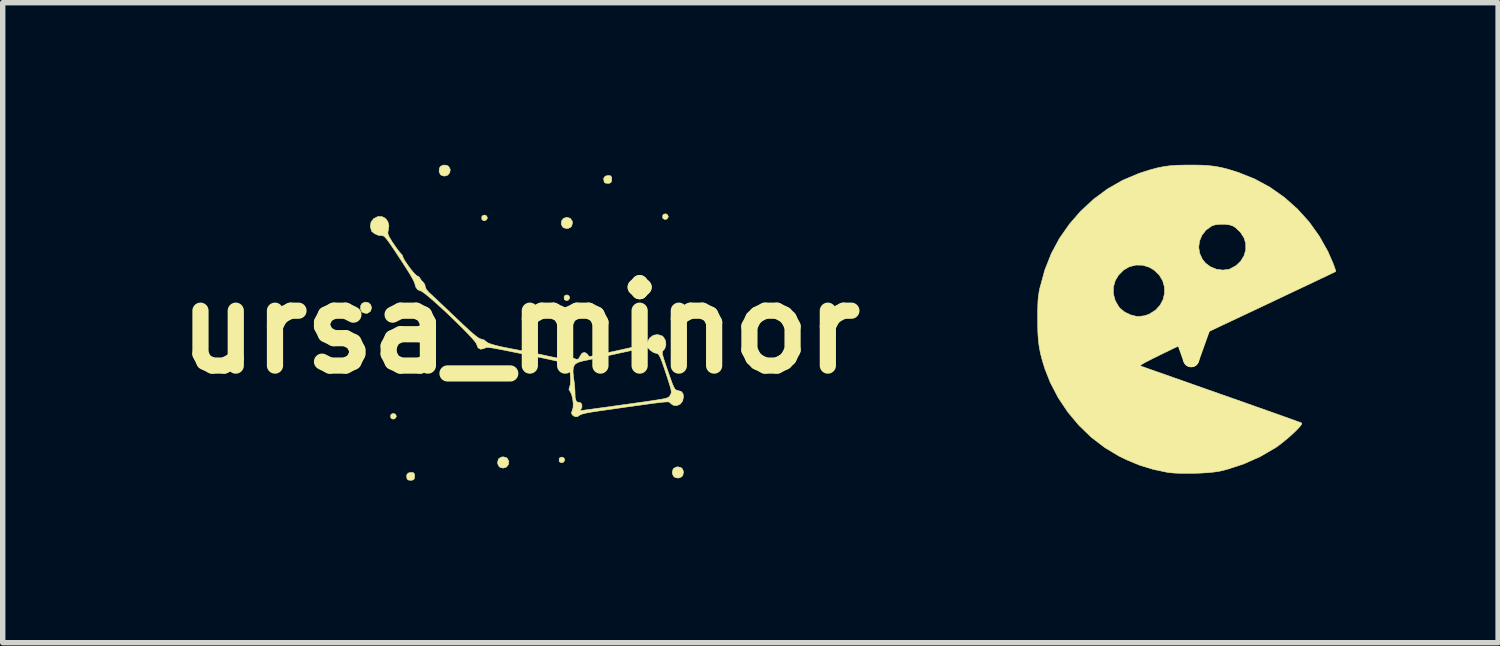
<source format=kicad_pcb>
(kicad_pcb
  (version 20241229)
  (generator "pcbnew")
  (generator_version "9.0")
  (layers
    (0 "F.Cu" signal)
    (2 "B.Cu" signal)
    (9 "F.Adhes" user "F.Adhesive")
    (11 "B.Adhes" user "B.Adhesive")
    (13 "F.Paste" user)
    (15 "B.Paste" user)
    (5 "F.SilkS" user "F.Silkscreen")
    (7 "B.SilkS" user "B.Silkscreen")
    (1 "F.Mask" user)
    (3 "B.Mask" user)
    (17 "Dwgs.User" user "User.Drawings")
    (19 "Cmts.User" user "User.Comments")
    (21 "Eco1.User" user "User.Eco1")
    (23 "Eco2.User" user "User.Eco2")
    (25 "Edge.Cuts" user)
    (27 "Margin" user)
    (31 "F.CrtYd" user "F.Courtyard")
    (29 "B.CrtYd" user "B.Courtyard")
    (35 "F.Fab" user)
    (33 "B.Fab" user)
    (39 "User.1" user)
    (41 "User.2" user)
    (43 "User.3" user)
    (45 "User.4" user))
  (footprint "ursa_minor"
    (layer "F.Cu")
    (at 6.575 3.027)
    (property "Reference" "ursa_minor" (at 0 0 0) (layer "F.SilkS") (effects (font (size 1.524 1.524) (thickness 0.3))))
    (attr through_hole)
    (fp_poly (pts (xy -2.306 1.589) (xy -2.289 1.626) (xy -2.29 1.633) (xy -2.314 1.67) (xy -2.353 1.681) (xy -2.387 1.662) (xy -2.393 1.651) (xy -2.393 1.606) (xy -2.383 1.589) (xy -2.344 1.574) (xy -2.306 1.589)) (stroke (width 0.01) (type solid)) (fill yes) (layer "F.SilkS"))
    (fp_poly (pts (xy -0.62 -2.082) (xy -0.604 -2.046) (xy -0.605 -2.038) (xy -0.629 -2.001) (xy -0.668 -1.991) (xy -0.702 -2.009) (xy -0.707 -2.02) (xy -0.708 -2.065) (xy -0.697 -2.083) (xy -0.658 -2.098) (xy -0.62 -2.082)) (stroke (width 0.01) (type solid)) (fill yes) (layer "F.SilkS"))
    (fp_poly (pts (xy 0.811 2.398) (xy 0.828 2.434) (xy 0.827 2.442) (xy 0.803 2.478) (xy 0.764 2.489) (xy 0.73 2.47) (xy 0.724 2.459) (xy 0.724 2.414) (xy 0.734 2.397) (xy 0.774 2.382) (xy 0.811 2.398)) (stroke (width 0.01) (type solid)) (fill yes) (layer "F.SilkS"))
    (fp_poly (pts (xy 0.904 -0.604) (xy 0.92 -0.568) (xy 0.919 -0.56) (xy 0.895 -0.523) (xy 0.856 -0.513) (xy 0.822 -0.532) (xy 0.817 -0.542) (xy 0.816 -0.588) (xy 0.827 -0.605) (xy 0.866 -0.62) (xy 0.904 -0.604)) (stroke (width 0.01) (type solid)) (fill yes) (layer "F.SilkS"))
    (fp_poly (pts (xy 2.728 -2.105) (xy 2.744 -2.069) (xy 2.743 -2.061) (xy 2.72 -2.024) (xy 2.681 -2.014) (xy 2.646 -2.033) (xy 2.641 -2.043) (xy 2.641 -2.089) (xy 2.651 -2.106) (xy 2.69 -2.121) (xy 2.728 -2.105)) (stroke (width 0.01) (type solid)) (fill yes) (layer "F.SilkS"))
    (fp_poly (pts (xy -1.971 2.673) (xy -1.953 2.7) (xy -1.951 2.736) (xy -1.958 2.787) (xy -1.988 2.808) (xy -2.015 2.813) (xy -2.071 2.807) (xy -2.092 2.785) (xy -2.101 2.72) (xy -2.073 2.679) (xy -2.02 2.667) (xy -1.971 2.673)) (stroke (width 0.01) (type solid)) (fill yes) (layer "F.SilkS"))
    (fp_poly (pts (xy 1.677 -2.823) (xy 1.695 -2.796) (xy 1.697 -2.759) (xy 1.69 -2.709) (xy 1.66 -2.687) (xy 1.634 -2.683) (xy 1.577 -2.689) (xy 1.557 -2.71) (xy 1.547 -2.775) (xy 1.576 -2.816) (xy 1.628 -2.829) (xy 1.677 -2.823)) (stroke (width 0.01) (type solid)) (fill yes) (layer "F.SilkS"))
    (fp_poly (pts (xy -2.814 -0.478) (xy -2.767 -0.442) (xy -2.748 -0.382) (xy -2.748 -0.381) (xy -2.767 -0.317) (xy -2.819 -0.281) (xy -2.852 -0.277) (xy -2.905 -0.29) (xy -2.928 -0.305) (xy -2.953 -0.358) (xy -2.949 -0.42) (xy -2.928 -0.457) (xy -2.873 -0.486) (xy -2.814 -0.478)) (stroke (width 0.01) (type solid)) (fill yes) (layer "F.SilkS"))
    (fp_poly (pts (xy -1.358 -3.018) (xy -1.321 -2.997) (xy -1.292 -2.942) (xy -1.3 -2.883) (xy -1.336 -2.837) (xy -1.396 -2.817) (xy -1.397 -2.817) (xy -1.45 -2.83) (xy -1.473 -2.845) (xy -1.498 -2.898) (xy -1.494 -2.96) (xy -1.473 -2.997) (xy -1.42 -3.022) (xy -1.358 -3.018)) (stroke (width 0.01) (type solid)) (fill yes) (layer "F.SilkS"))
    (fp_poly (pts (xy 0.93 -2.036) (xy 0.966 -1.984) (xy 0.97 -1.951) (xy 0.957 -1.898) (xy 0.942 -1.875) (xy 0.897 -1.852) (xy 0.866 -1.847) (xy 0.813 -1.86) (xy 0.79 -1.875) (xy 0.761 -1.93) (xy 0.769 -1.989) (xy 0.805 -2.036) (xy 0.865 -2.055) (xy 0.866 -2.055) (xy 0.93 -2.036)) (stroke (width 0.01) (type solid)) (fill yes) (layer "F.SilkS"))
    (fp_poly (pts (xy -0.259 2.391) (xy -0.236 2.406) (xy -0.207 2.461) (xy -0.215 2.52) (xy -0.251 2.567) (xy -0.31 2.586) (xy -0.312 2.586) (xy -0.365 2.574) (xy -0.388 2.558) (xy -0.411 2.513) (xy -0.416 2.482) (xy -0.403 2.429) (xy -0.388 2.406) (xy -0.343 2.383) (xy -0.312 2.378) (xy -0.259 2.391)) (stroke (width 0.01) (type solid)) (fill yes) (layer "F.SilkS"))
    (fp_poly (pts (xy 2.974 2.576) (xy 2.997 2.591) (xy 3.02 2.636) (xy 3.025 2.667) (xy 3.012 2.72) (xy 2.997 2.743) (xy 2.952 2.766) (xy 2.921 2.771) (xy 2.868 2.758) (xy 2.845 2.743) (xy 2.822 2.698) (xy 2.817 2.667) (xy 2.83 2.614) (xy 2.845 2.591) (xy 2.89 2.568) (xy 2.921 2.563) (xy 2.974 2.576)) (stroke (width 0.01) (type solid)) (fill yes) (layer "F.SilkS"))
    (fp_poly (pts (xy -2.557 -2.069) (xy -2.493 -2.036) (xy -2.447 -1.977) (xy -2.427 -1.898) (xy -2.44 -1.806) (xy -2.445 -1.791) (xy -2.446 -1.754) (xy -2.425 -1.699) (xy -2.377 -1.617) (xy -2.355 -1.583) (xy -2.3 -1.504) (xy -2.251 -1.437) (xy -2.215 -1.394) (xy -2.209 -1.388) (xy -2.178 -1.351) (xy -2.171 -1.329) (xy -2.157 -1.294) (xy -2.123 -1.236) (xy -2.075 -1.166) (xy -2.021 -1.093) (xy -1.969 -1.03) (xy -1.926 -0.985) (xy -1.903 -0.97) (xy -1.867 -0.951) (xy -1.854 -0.929) (xy -1.823 -0.883) (xy -1.797 -0.859) (xy -1.763 -0.813) (xy -1.755 -0.775) (xy -1.736 -0.722) (xy -1.684 -0.661) (xy -1.675 -0.654) (xy -1.636 -0.619) (xy -1.57 -0.557) (xy -1.482 -0.474) (xy -1.377 -0.375) (xy -1.263 -0.266) (xy -1.188 -0.195) (xy -1.047 -0.061) (xy -0.935 0.042) (xy -0.849 0.117) (xy -0.786 0.166) (xy -0.743 0.192) (xy -0.723 0.197) (xy -0.664 0.216) (xy -0.627 0.246) (xy -0.599 0.267) (xy -0.544 0.289) (xy -0.46 0.314) (xy -0.342 0.342) (xy -0.188 0.373) (xy 0.008 0.41) (xy 0.092 0.425) (xy 0.153 0.437) (xy 0.241 0.455) (xy 0.363 0.48) (xy 0.523 0.515) (xy 0.6 0.531) (xy 0.709 0.553) (xy 0.784 0.564) (xy 0.834 0.563) (xy 0.869 0.552) (xy 0.871 0.551) (xy 0.927 0.535) (xy 0.982 0.55) (xy 1.044 0.573) (xy 1.08 0.568) (xy 1.104 0.531) (xy 1.109 0.519) (xy 1.145 0.462) (xy 1.191 0.444) (xy 1.237 0.468) (xy 1.245 0.477) (xy 1.281 0.524) (xy 1.535 0.47) (xy 1.665 0.442) (xy 1.804 0.412) (xy 1.93 0.384) (xy 1.986 0.371) (xy 2.088 0.349) (xy 2.183 0.329) (xy 2.256 0.315) (xy 2.269 0.312) (xy 2.326 0.296) (xy 2.354 0.273) (xy 2.355 0.268) (xy 2.369 0.23) (xy 2.401 0.179) (xy 2.403 0.176) (xy 2.468 0.128) (xy 2.546 0.115) (xy 2.623 0.137) (xy 2.655 0.162) (xy 2.692 0.225) (xy 2.7 0.302) (xy 2.68 0.373) (xy 2.658 0.402) (xy 2.643 0.418) (xy 2.634 0.438) (xy 2.635 0.468) (xy 2.645 0.515) (xy 2.667 0.587) (xy 2.701 0.69) (xy 2.736 0.792) (xy 2.782 0.923) (xy 2.816 1.017) (xy 2.843 1.08) (xy 2.864 1.119) (xy 2.885 1.139) (xy 2.907 1.148) (xy 2.924 1.151) (xy 2.987 1.17) (xy 3.018 1.214) (xy 3.025 1.271) (xy 3.008 1.347) (xy 2.964 1.402) (xy 2.904 1.43) (xy 2.839 1.425) (xy 2.786 1.389) (xy 2.779 1.38) (xy 2.772 1.372) (xy 2.763 1.366) (xy 2.748 1.362) (xy 2.723 1.361) (xy 2.685 1.363) (xy 2.629 1.368) (xy 2.553 1.377) (xy 2.453 1.389) (xy 2.324 1.407) (xy 2.165 1.429) (xy 1.97 1.456) (xy 1.736 1.49) (xy 1.478 1.526) (xy 1.321 1.55) (xy 1.205 1.572) (xy 1.131 1.592) (xy 1.101 1.608) (xy 1.062 1.636) (xy 1.01 1.632) (xy 0.968 1.603) (xy 0.95 1.565) (xy 0.966 1.522) (xy 0.967 1.52) (xy 0.982 1.465) (xy 0.984 1.384) (xy 0.973 1.295) (xy 0.952 1.217) (xy 0.928 1.171) (xy 0.904 1.128) (xy 0.917 1.087) (xy 0.932 1.035) (xy 0.935 0.949) (xy 0.932 0.891) (xy 0.927 0.823) (xy 0.924 0.808) (xy 0.98 0.808) (xy 0.992 0.92) (xy 1.005 1.017) (xy 1.014 1.108) (xy 1.017 1.173) (xy 1.017 1.176) (xy 1.02 1.281) (xy 1.039 1.346) (xy 1.071 1.371) (xy 1.084 1.369) (xy 1.123 1.378) (xy 1.145 1.414) (xy 1.145 1.462) (xy 1.131 1.49) (xy 1.112 1.518) (xy 1.113 1.524) (xy 1.138 1.521) (xy 1.203 1.512) (xy 1.302 1.499) (xy 1.431 1.481) (xy 1.584 1.46) (xy 1.756 1.436) (xy 1.872 1.42) (xy 2.094 1.389) (xy 2.274 1.364) (xy 2.418 1.343) (xy 2.529 1.326) (xy 2.613 1.312) (xy 2.673 1.301) (xy 2.714 1.29) (xy 2.74 1.279) (xy 2.757 1.268) (xy 2.768 1.255) (xy 2.778 1.239) (xy 2.78 1.236) (xy 2.794 1.211) (xy 2.799 1.182) (xy 2.795 1.141) (xy 2.78 1.08) (xy 2.752 0.99) (xy 2.722 0.897) (xy 2.672 0.747) (xy 2.634 0.636) (xy 2.604 0.558) (xy 2.579 0.507) (xy 2.558 0.478) (xy 2.537 0.465) (xy 2.516 0.462) (xy 2.468 0.446) (xy 2.415 0.408) (xy 2.411 0.404) (xy 2.354 0.347) (xy 1.818 0.463) (xy 1.659 0.498) (xy 1.508 0.53) (xy 1.373 0.559) (xy 1.263 0.583) (xy 1.186 0.599) (xy 1.161 0.604) (xy 1.072 0.63) (xy 1.015 0.667) (xy 0.986 0.723) (xy 0.98 0.808) (xy 0.924 0.808) (xy 0.918 0.768) (xy 0.901 0.723) (xy 0.872 0.687) (xy 0.825 0.656) (xy 0.755 0.629) (xy 0.659 0.601) (xy 0.53 0.572) (xy 0.364 0.537) (xy 0.219 0.508) (xy 0.005 0.464) (xy -0.169 0.429) (xy -0.307 0.401) (xy -0.413 0.381) (xy -0.493 0.366) (xy -0.55 0.358) (xy -0.589 0.354) (xy -0.616 0.354) (xy -0.633 0.357) (xy -0.647 0.363) (xy -0.662 0.372) (xy -0.664 0.372) (xy -0.728 0.387) (xy -0.777 0.361) (xy -0.803 0.298) (xy -0.804 0.293) (xy -0.823 0.259) (xy -0.871 0.201) (xy -0.943 0.122) (xy -1.035 0.027) (xy -1.14 -0.078) (xy -1.254 -0.188) (xy -1.37 -0.299) (xy -1.485 -0.405) (xy -1.593 -0.502) (xy -1.688 -0.584) (xy -1.765 -0.646) (xy -1.819 -0.684) (xy -1.839 -0.693) (xy -1.894 -0.715) (xy -1.929 -0.762) (xy -1.949 -0.832) (xy -1.966 -0.874) (xy -2.003 -0.944) (xy -2.056 -1.033) (xy -2.119 -1.133) (xy -2.126 -1.144) (xy -2.234 -1.31) (xy -2.321 -1.441) (xy -2.388 -1.54) (xy -2.439 -1.613) (xy -2.478 -1.663) (xy -2.507 -1.694) (xy -2.528 -1.71) (xy -2.546 -1.715) (xy -2.553 -1.715) (xy -2.622 -1.722) (xy -2.692 -1.752) (xy -2.743 -1.793) (xy -2.749 -1.803) (xy -2.772 -1.887) (xy -2.757 -1.969) (xy -2.71 -2.03) (xy -2.632 -2.069) (xy -2.557 -2.069)) (stroke (width 0.01) (type solid)) (fill yes) (layer "F.SilkS")))
  (footprint "v"
    (layer "F.Cu")
    (at 18.996 2.906)
    (property "Reference" "v" (at 0 0 0) (layer "F.SilkS") (effects (font (size 1.524 1.524) (thickness 0.3))))
    (attr through_hole)
    (fp_poly (pts (xy 0.154 -2.9) (xy 0.299 -2.893) (xy 0.428 -2.879) (xy 0.551 -2.857) (xy 0.678 -2.825) (xy 0.822 -2.781) (xy 0.878 -2.763) (xy 1.177 -2.643) (xy 1.46 -2.489) (xy 1.723 -2.304) (xy 1.965 -2.09) (xy 2.182 -1.85) (xy 2.371 -1.586) (xy 2.531 -1.301) (xy 2.628 -1.079) (xy 2.653 -1.012) (xy 2.67 -0.96) (xy 2.676 -0.932) (xy 2.675 -0.93) (xy 2.657 -0.921) (xy 2.605 -0.897) (xy 2.523 -0.857) (xy 2.413 -0.805) (xy 2.276 -0.74) (xy 2.116 -0.664) (xy 1.935 -0.579) (xy 1.735 -0.484) (xy 1.518 -0.381) (xy 1.287 -0.272) (xy 1.044 -0.157) (xy 0.842 -0.062) (xy 0.544 0.078) (xy 0.281 0.203) (xy 0.049 0.313) (xy -0.153 0.409) (xy -0.327 0.492) (xy -0.475 0.564) (xy -0.599 0.624) (xy -0.7 0.674) (xy -0.781 0.715) (xy -0.843 0.747) (xy -0.888 0.772) (xy -0.918 0.791) (xy -0.935 0.804) (xy -0.941 0.812) (xy -0.937 0.817) (xy -0.936 0.817) (xy -0.911 0.826) (xy -0.851 0.848) (xy -0.761 0.88) (xy -0.642 0.922) (xy -0.498 0.972) (xy -0.332 1.031) (xy -0.146 1.096) (xy 0.057 1.168) (xy 0.273 1.244) (xy 0.5 1.324) (xy 0.565 1.347) (xy 0.794 1.427) (xy 1.012 1.504) (xy 1.218 1.577) (xy 1.407 1.644) (xy 1.577 1.704) (xy 1.725 1.757) (xy 1.849 1.801) (xy 1.945 1.836) (xy 2.011 1.86) (xy 2.044 1.872) (xy 2.047 1.873) (xy 2.046 1.892) (xy 2.019 1.931) (xy 1.971 1.984) (xy 1.907 2.047) (xy 1.831 2.117) (xy 1.749 2.187) (xy 1.665 2.254) (xy 1.585 2.314) (xy 1.559 2.331) (xy 1.276 2.496) (xy 0.972 2.631) (xy 0.656 2.734) (xy 0.528 2.765) (xy 0.429 2.78) (xy 0.301 2.793) (xy 0.156 2.801) (xy 0.003 2.805) (xy -0.148 2.805) (xy -0.286 2.801) (xy -0.4 2.792) (xy -0.44 2.786) (xy -0.703 2.731) (xy -0.949 2.656) (xy -1.193 2.555) (xy -1.331 2.488) (xy -1.598 2.328) (xy -1.849 2.136) (xy -2.078 1.915) (xy -2.283 1.67) (xy -2.461 1.404) (xy -2.608 1.121) (xy -2.706 0.873) (xy -2.752 0.725) (xy -2.787 0.592) (xy -2.812 0.464) (xy -2.829 0.329) (xy -2.838 0.179) (xy -2.841 0.003) (xy -2.841 -0.049) (xy -2.841 -0.194) (xy -2.838 -0.309) (xy -2.834 -0.401) (xy -2.826 -0.479) (xy -2.815 -0.551) (xy -2.8 -0.626) (xy -2.799 -0.629) (xy -2.795 -0.642) (xy -1.439 -0.642) (xy -1.439 -0.515) (xy -1.405 -0.391) (xy -1.341 -0.28) (xy -1.313 -0.247) (xy -1.229 -0.18) (xy -1.123 -0.129) (xy -1.013 -0.101) (xy -0.967 -0.098) (xy -0.853 -0.114) (xy -0.772 -0.144) (xy -0.658 -0.217) (xy -0.573 -0.31) (xy -0.518 -0.416) (xy -0.492 -0.531) (xy -0.495 -0.648) (xy -0.528 -0.762) (xy -0.59 -0.866) (xy -0.681 -0.954) (xy -0.772 -1.009) (xy -0.897 -1.048) (xy -1.022 -1.05) (xy -1.143 -1.02) (xy -1.252 -0.957) (xy -1.343 -0.866) (xy -1.405 -0.762) (xy -1.439 -0.642) (xy -2.795 -0.642) (xy -2.709 -0.957) (xy -2.589 -1.261) (xy -2.525 -1.38) (xy 0.14 -1.38) (xy 0.158 -1.265) (xy 0.208 -1.157) (xy 0.266 -1.086) (xy 0.359 -1.017) (xy 0.469 -0.973) (xy 0.585 -0.957) (xy 0.696 -0.971) (xy 0.717 -0.978) (xy 0.829 -1.038) (xy 0.917 -1.122) (xy 0.979 -1.223) (xy 1.011 -1.335) (xy 1.01 -1.451) (xy 0.979 -1.553) (xy 0.912 -1.658) (xy 0.82 -1.744) (xy 0.772 -1.774) (xy 0.707 -1.795) (xy 0.62 -1.806) (xy 0.526 -1.805) (xy 0.44 -1.794) (xy 0.381 -1.774) (xy 0.276 -1.699) (xy 0.2 -1.603) (xy 0.155 -1.495) (xy 0.14 -1.38) (xy -2.525 -1.38) (xy -2.438 -1.543) (xy -2.254 -1.806) (xy -2.055 -2.036) (xy -1.81 -2.265) (xy -1.548 -2.459) (xy -1.269 -2.619) (xy -0.97 -2.745) (xy -0.917 -2.763) (xy -0.765 -2.811) (xy -0.633 -2.847) (xy -0.51 -2.872) (xy -0.385 -2.889) (xy -0.246 -2.898) (xy -0.084 -2.901) (xy -0.02 -2.901) (xy 0.154 -2.9)) (stroke (width 0.01) (type solid)) (fill yes) (layer "F.SilkS")))
  (gr_rect
    (start -3 -3)
    (end 24.677 8.845)
    (stroke (width 0.1) (type default))
    (fill no)
    (layer "Edge.Cuts")))
</source>
